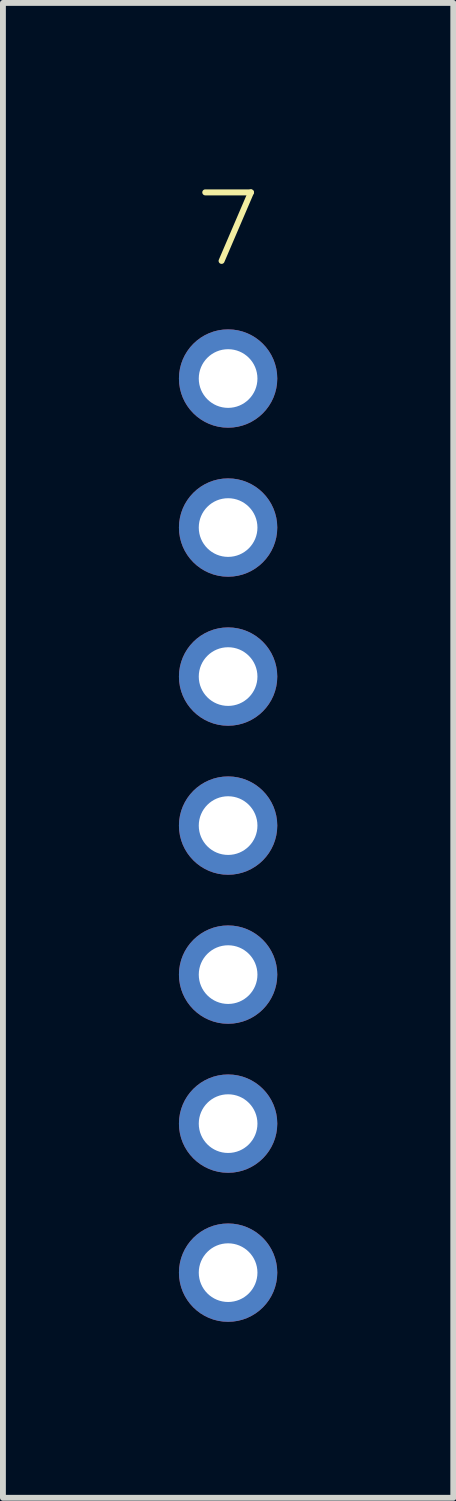
<source format=kicad_pcb>
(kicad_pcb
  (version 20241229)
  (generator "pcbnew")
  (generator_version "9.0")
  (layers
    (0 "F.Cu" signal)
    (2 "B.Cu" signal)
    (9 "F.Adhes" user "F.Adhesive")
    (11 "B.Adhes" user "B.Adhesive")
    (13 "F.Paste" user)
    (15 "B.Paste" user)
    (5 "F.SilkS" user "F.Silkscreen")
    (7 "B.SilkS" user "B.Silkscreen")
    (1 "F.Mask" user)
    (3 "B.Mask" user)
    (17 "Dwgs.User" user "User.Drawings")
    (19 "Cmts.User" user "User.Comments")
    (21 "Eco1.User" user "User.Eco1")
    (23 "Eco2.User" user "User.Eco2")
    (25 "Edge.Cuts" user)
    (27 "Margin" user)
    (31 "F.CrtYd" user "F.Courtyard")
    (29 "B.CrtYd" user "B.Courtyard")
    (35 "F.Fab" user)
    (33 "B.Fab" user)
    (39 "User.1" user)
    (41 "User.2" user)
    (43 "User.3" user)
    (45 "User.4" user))
  (footprint "7"
    (layer "F.Cu")
    (at 0.838 3.402)
    (property "Reference" "7" (at 0 -2.54 0) (layer "F.SilkS") (effects (font (size 1.168 1.168) (thickness 0.102))))
    (pad "P$1" thru_hole circle (at 0 0) (size 1.676 1.676) (drill 1) (layers "*.Cu" "*.Mask"))
    (pad "P$2" thru_hole circle (at 0 2.54) (size 1.676 1.676) (drill 1) (layers "*.Cu" "*.Mask"))
    (pad "P$3" thru_hole circle (at 0 5.08) (size 1.676 1.676) (drill 1) (layers "*.Cu" "*.Mask"))
    (pad "P$4" thru_hole circle (at 0 7.62) (size 1.676 1.676) (drill 1) (layers "*.Cu" "*.Mask"))
    (pad "P$5" thru_hole circle (at 0 10.16) (size 1.676 1.676) (drill 1) (layers "*.Cu" "*.Mask"))
    (pad "P$6" thru_hole circle (at 0 12.7) (size 1.676 1.676) (drill 1) (layers "*.Cu" "*.Mask"))
    (pad "P$7" thru_hole circle (at 0 15.24) (size 1.676 1.676) (drill 1) (layers "*.Cu" "*.Mask")))
  (gr_rect
    (start -3 -3)
    (end 4.676 22.48)
    (stroke (width 0.1) (type default))
    (fill no)
    (layer "Edge.Cuts")))
</source>
